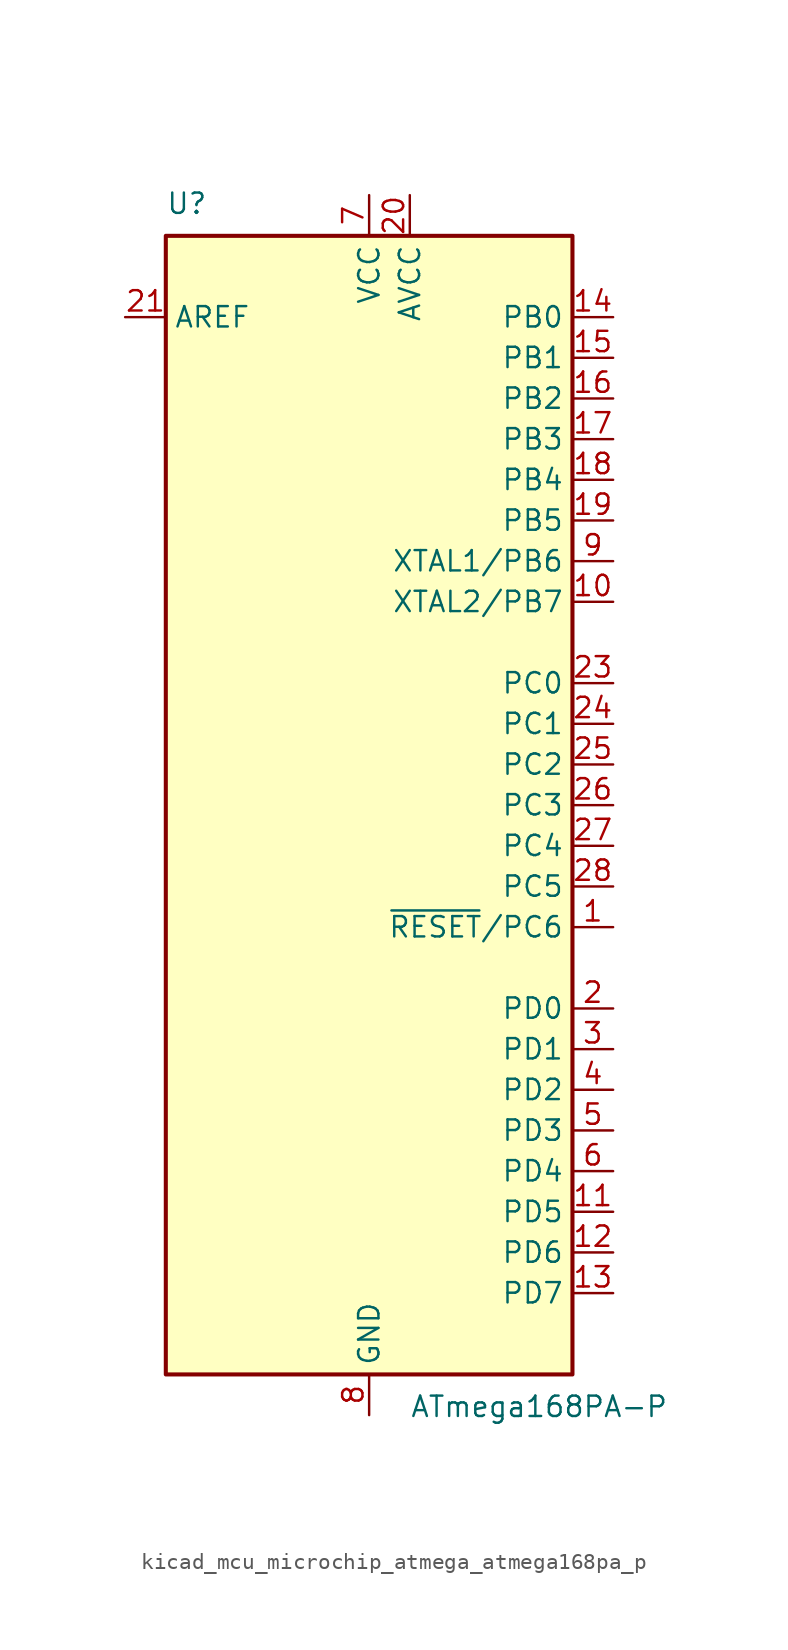
<source format=kicad_sym>
(kicad_symbol_lib
  (version 20220914)
  (generator kicad_symbol_editor)
  (symbol "kicad_mcu_microchip_atmega_atmega168pa_p"
    (property "Reference" "U"
      (at -12.7 36.83 0)
      (effects (font (size 1.27 1.27)) (justify left bottom)))
    (property "Value" "ATmega168PA-P"
      (at 2.54 -36.83 0)
      (effects (font (size 1.27 1.27)) (justify left top)))
    (symbol "kicad_mcu_microchip_atmega_atmega168pa_p_0_1"
      (rectangle (start -12.7 -35.56) (end 12.7 35.56) (stroke (width 0.254) (type default)) (fill (type background))))
    (symbol "kicad_mcu_microchip_atmega_atmega168pa_p_1_1"
      (pin bidirectional line (at 15.24 -7.62 180) (length 2.54) (name "~{RESET}/PC6" (effects (font (size 1.27 1.27)))) (number "1" (effects (font (size 1.27 1.27)))))
      (pin bidirectional line (at 15.24 12.7 180) (length 2.54) (name "XTAL2/PB7" (effects (font (size 1.27 1.27)))) (number "10" (effects (font (size 1.27 1.27)))))
      (pin bidirectional line (at 15.24 -25.4 180) (length 2.54) (name "PD5" (effects (font (size 1.27 1.27)))) (number "11" (effects (font (size 1.27 1.27)))))
      (pin bidirectional line (at 15.24 -27.94 180) (length 2.54) (name "PD6" (effects (font (size 1.27 1.27)))) (number "12" (effects (font (size 1.27 1.27)))))
      (pin bidirectional line (at 15.24 -30.48 180) (length 2.54) (name "PD7" (effects (font (size 1.27 1.27)))) (number "13" (effects (font (size 1.27 1.27)))))
      (pin bidirectional line (at 15.24 30.48 180) (length 2.54) (name "PB0" (effects (font (size 1.27 1.27)))) (number "14" (effects (font (size 1.27 1.27)))))
      (pin bidirectional line (at 15.24 27.94 180) (length 2.54) (name "PB1" (effects (font (size 1.27 1.27)))) (number "15" (effects (font (size 1.27 1.27)))))
      (pin bidirectional line (at 15.24 25.4 180) (length 2.54) (name "PB2" (effects (font (size 1.27 1.27)))) (number "16" (effects (font (size 1.27 1.27)))))
      (pin bidirectional line (at 15.24 22.86 180) (length 2.54) (name "PB3" (effects (font (size 1.27 1.27)))) (number "17" (effects (font (size 1.27 1.27)))))
      (pin bidirectional line (at 15.24 20.32 180) (length 2.54) (name "PB4" (effects (font (size 1.27 1.27)))) (number "18" (effects (font (size 1.27 1.27)))))
      (pin bidirectional line (at 15.24 17.78 180) (length 2.54) (name "PB5" (effects (font (size 1.27 1.27)))) (number "19" (effects (font (size 1.27 1.27)))))
      (pin bidirectional line (at 15.24 -12.7 180) (length 2.54) (name "PD0" (effects (font (size 1.27 1.27)))) (number "2" (effects (font (size 1.27 1.27)))))
      (pin power_in line (at 2.54 38.1 270) (length 2.54) (name "AVCC" (effects (font (size 1.27 1.27)))) (number "20" (effects (font (size 1.27 1.27)))))
      (pin passive line (at -15.24 30.48 0) (length 2.54) (name "AREF" (effects (font (size 1.27 1.27)))) (number "21" (effects (font (size 1.27 1.27)))))
      (pin passive line (at 0 -38.1 90) (length 2.54) hide (name "GND" (effects (font (size 1.27 1.27)))) (number "22" (effects (font (size 1.27 1.27)))))
      (pin bidirectional line (at 15.24 7.62 180) (length 2.54) (name "PC0" (effects (font (size 1.27 1.27)))) (number "23" (effects (font (size 1.27 1.27)))))
      (pin bidirectional line (at 15.24 5.08 180) (length 2.54) (name "PC1" (effects (font (size 1.27 1.27)))) (number "24" (effects (font (size 1.27 1.27)))))
      (pin bidirectional line (at 15.24 2.54 180) (length 2.54) (name "PC2" (effects (font (size 1.27 1.27)))) (number "25" (effects (font (size 1.27 1.27)))))
      (pin bidirectional line (at 15.24 0 180) (length 2.54) (name "PC3" (effects (font (size 1.27 1.27)))) (number "26" (effects (font (size 1.27 1.27)))))
      (pin bidirectional line (at 15.24 -2.54 180) (length 2.54) (name "PC4" (effects (font (size 1.27 1.27)))) (number "27" (effects (font (size 1.27 1.27)))))
      (pin bidirectional line (at 15.24 -5.08 180) (length 2.54) (name "PC5" (effects (font (size 1.27 1.27)))) (number "28" (effects (font (size 1.27 1.27)))))
      (pin bidirectional line (at 15.24 -15.24 180) (length 2.54) (name "PD1" (effects (font (size 1.27 1.27)))) (number "3" (effects (font (size 1.27 1.27)))))
      (pin bidirectional line (at 15.24 -17.78 180) (length 2.54) (name "PD2" (effects (font (size 1.27 1.27)))) (number "4" (effects (font (size 1.27 1.27)))))
      (pin bidirectional line (at 15.24 -20.32 180) (length 2.54) (name "PD3" (effects (font (size 1.27 1.27)))) (number "5" (effects (font (size 1.27 1.27)))))
      (pin bidirectional line (at 15.24 -22.86 180) (length 2.54) (name "PD4" (effects (font (size 1.27 1.27)))) (number "6" (effects (font (size 1.27 1.27)))))
      (pin power_in line (at 0 38.1 270) (length 2.54) (name "VCC" (effects (font (size 1.27 1.27)))) (number "7" (effects (font (size 1.27 1.27)))))
      (pin power_in line (at 0 -38.1 90) (length 2.54) (name "GND" (effects (font (size 1.27 1.27)))) (number "8" (effects (font (size 1.27 1.27)))))
      (pin bidirectional line (at 15.24 15.24 180) (length 2.54) (name "XTAL1/PB6" (effects (font (size 1.27 1.27)))) (number "9" (effects (font (size 1.27 1.27))))))))
</source>
